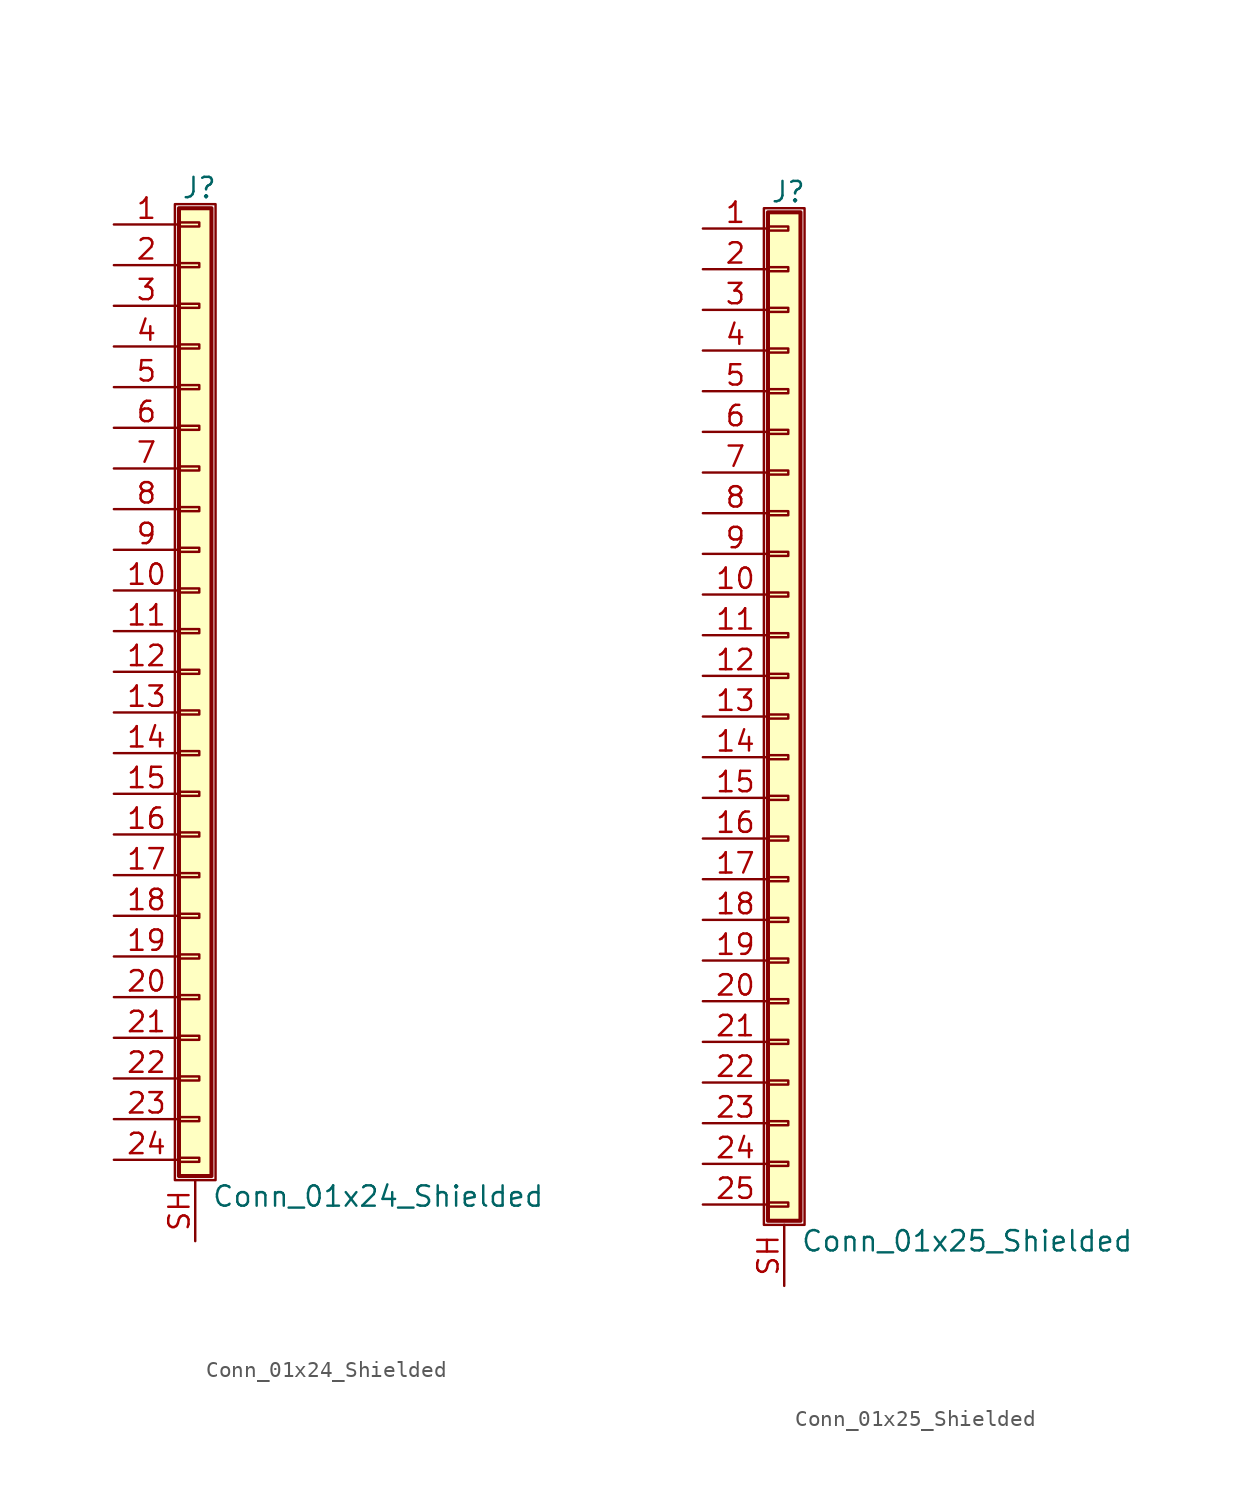
<source format=kicad_sym>
(kicad_symbol_lib
  (version 20220914)
  (generator kicad_symbol_editor)
  (symbol "Conn_01x24_Shielded"
    (pin_names
      (offset 1.016) hide)
    (property "Reference" "J"
      (at 0.254 30.226 0)
      (effects (font (size 1.27 1.27))))
    (property "Value" "Conn_01x24_Shielded"
      (at 1.016 -32.766 0)
      (effects (font (size 1.27 1.27)) (justify left)))
    (symbol "Conn_01x24_Shielded_1_1"
      (rectangle (start -1.27 29.21) (end 1.27 -31.75) (stroke (width 0.152) (type default)) (fill (type none)))
      (rectangle (start -1.016 -30.353) (end 0.254 -30.607) (stroke (width 0.152) (type default)) (fill (type none)))
      (rectangle (start -1.016 -27.813) (end 0.254 -28.067) (stroke (width 0.152) (type default)) (fill (type none)))
      (rectangle (start -1.016 -25.273) (end 0.254 -25.527) (stroke (width 0.152) (type default)) (fill (type none)))
      (rectangle (start -1.016 -22.733) (end 0.254 -22.987) (stroke (width 0.152) (type default)) (fill (type none)))
      (rectangle (start -1.016 -20.193) (end 0.254 -20.447) (stroke (width 0.152) (type default)) (fill (type none)))
      (rectangle (start -1.016 -17.653) (end 0.254 -17.907) (stroke (width 0.152) (type default)) (fill (type none)))
      (rectangle (start -1.016 -15.113) (end 0.254 -15.367) (stroke (width 0.152) (type default)) (fill (type none)))
      (rectangle (start -1.016 -12.573) (end 0.254 -12.827) (stroke (width 0.152) (type default)) (fill (type none)))
      (rectangle (start -1.016 -10.033) (end 0.254 -10.287) (stroke (width 0.152) (type default)) (fill (type none)))
      (rectangle (start -1.016 -7.493) (end 0.254 -7.747) (stroke (width 0.152) (type default)) (fill (type none)))
      (rectangle (start -1.016 -4.953) (end 0.254 -5.207) (stroke (width 0.152) (type default)) (fill (type none)))
      (rectangle (start -1.016 -2.413) (end 0.254 -2.667) (stroke (width 0.152) (type default)) (fill (type none)))
      (rectangle (start -1.016 0.127) (end 0.254 -0.127) (stroke (width 0.152) (type default)) (fill (type none)))
      (rectangle (start -1.016 2.667) (end 0.254 2.413) (stroke (width 0.152) (type default)) (fill (type none)))
      (rectangle (start -1.016 5.207) (end 0.254 4.953) (stroke (width 0.152) (type default)) (fill (type none)))
      (rectangle (start -1.016 7.747) (end 0.254 7.493) (stroke (width 0.152) (type default)) (fill (type none)))
      (rectangle (start -1.016 10.287) (end 0.254 10.033) (stroke (width 0.152) (type default)) (fill (type none)))
      (rectangle (start -1.016 12.827) (end 0.254 12.573) (stroke (width 0.152) (type default)) (fill (type none)))
      (rectangle (start -1.016 15.367) (end 0.254 15.113) (stroke (width 0.152) (type default)) (fill (type none)))
      (rectangle (start -1.016 17.907) (end 0.254 17.653) (stroke (width 0.152) (type default)) (fill (type none)))
      (rectangle (start -1.016 20.447) (end 0.254 20.193) (stroke (width 0.152) (type default)) (fill (type none)))
      (rectangle (start -1.016 22.987) (end 0.254 22.733) (stroke (width 0.152) (type default)) (fill (type none)))
      (rectangle (start -1.016 25.527) (end 0.254 25.273) (stroke (width 0.152) (type default)) (fill (type none)))
      (rectangle (start -1.016 28.067) (end 0.254 27.813) (stroke (width 0.152) (type default)) (fill (type none)))
      (rectangle (start -1.016 28.956) (end 1.016 -31.496) (stroke (width 0.254) (type default)) (fill (type background)))
      (pin passive line (at -5.08 27.94 0) (length 4.064) (name "Pin_1" (effects (font (size 1.27 1.27)))) (number "1" (effects (font (size 1.27 1.27)))))
      (pin passive line (at -5.08 5.08 0) (length 4.064) (name "Pin_10" (effects (font (size 1.27 1.27)))) (number "10" (effects (font (size 1.27 1.27)))))
      (pin passive line (at -5.08 2.54 0) (length 4.064) (name "Pin_11" (effects (font (size 1.27 1.27)))) (number "11" (effects (font (size 1.27 1.27)))))
      (pin passive line (at -5.08 0 0) (length 4.064) (name "Pin_12" (effects (font (size 1.27 1.27)))) (number "12" (effects (font (size 1.27 1.27)))))
      (pin passive line (at -5.08 -2.54 0) (length 4.064) (name "Pin_13" (effects (font (size 1.27 1.27)))) (number "13" (effects (font (size 1.27 1.27)))))
      (pin passive line (at -5.08 -5.08 0) (length 4.064) (name "Pin_14" (effects (font (size 1.27 1.27)))) (number "14" (effects (font (size 1.27 1.27)))))
      (pin passive line (at -5.08 -7.62 0) (length 4.064) (name "Pin_15" (effects (font (size 1.27 1.27)))) (number "15" (effects (font (size 1.27 1.27)))))
      (pin passive line (at -5.08 -10.16 0) (length 4.064) (name "Pin_16" (effects (font (size 1.27 1.27)))) (number "16" (effects (font (size 1.27 1.27)))))
      (pin passive line (at -5.08 -12.7 0) (length 4.064) (name "Pin_17" (effects (font (size 1.27 1.27)))) (number "17" (effects (font (size 1.27 1.27)))))
      (pin passive line (at -5.08 -15.24 0) (length 4.064) (name "Pin_18" (effects (font (size 1.27 1.27)))) (number "18" (effects (font (size 1.27 1.27)))))
      (pin passive line (at -5.08 -17.78 0) (length 4.064) (name "Pin_19" (effects (font (size 1.27 1.27)))) (number "19" (effects (font (size 1.27 1.27)))))
      (pin passive line (at -5.08 25.4 0) (length 4.064) (name "Pin_2" (effects (font (size 1.27 1.27)))) (number "2" (effects (font (size 1.27 1.27)))))
      (pin passive line (at -5.08 -20.32 0) (length 4.064) (name "Pin_20" (effects (font (size 1.27 1.27)))) (number "20" (effects (font (size 1.27 1.27)))))
      (pin passive line (at -5.08 -22.86 0) (length 4.064) (name "Pin_21" (effects (font (size 1.27 1.27)))) (number "21" (effects (font (size 1.27 1.27)))))
      (pin passive line (at -5.08 -25.4 0) (length 4.064) (name "Pin_22" (effects (font (size 1.27 1.27)))) (number "22" (effects (font (size 1.27 1.27)))))
      (pin passive line (at -5.08 -27.94 0) (length 4.064) (name "Pin_23" (effects (font (size 1.27 1.27)))) (number "23" (effects (font (size 1.27 1.27)))))
      (pin passive line (at -5.08 -30.48 0) (length 4.064) (name "Pin_24" (effects (font (size 1.27 1.27)))) (number "24" (effects (font (size 1.27 1.27)))))
      (pin passive line (at -5.08 22.86 0) (length 4.064) (name "Pin_3" (effects (font (size 1.27 1.27)))) (number "3" (effects (font (size 1.27 1.27)))))
      (pin passive line (at -5.08 20.32 0) (length 4.064) (name "Pin_4" (effects (font (size 1.27 1.27)))) (number "4" (effects (font (size 1.27 1.27)))))
      (pin passive line (at -5.08 17.78 0) (length 4.064) (name "Pin_5" (effects (font (size 1.27 1.27)))) (number "5" (effects (font (size 1.27 1.27)))))
      (pin passive line (at -5.08 15.24 0) (length 4.064) (name "Pin_6" (effects (font (size 1.27 1.27)))) (number "6" (effects (font (size 1.27 1.27)))))
      (pin passive line (at -5.08 12.7 0) (length 4.064) (name "Pin_7" (effects (font (size 1.27 1.27)))) (number "7" (effects (font (size 1.27 1.27)))))
      (pin passive line (at -5.08 10.16 0) (length 4.064) (name "Pin_8" (effects (font (size 1.27 1.27)))) (number "8" (effects (font (size 1.27 1.27)))))
      (pin passive line (at -5.08 7.62 0) (length 4.064) (name "Pin_9" (effects (font (size 1.27 1.27)))) (number "9" (effects (font (size 1.27 1.27)))))
      (pin passive line (at 0 -35.56 90) (length 3.81) (name "Shield" (effects (font (size 1.27 1.27)))) (number "SH" (effects (font (size 1.27 1.27)))))))
  (symbol "Conn_01x25_Shielded"
    (pin_names
      (offset 1.016) hide)
    (property "Reference" "J"
      (at 0.254 32.766 0)
      (effects (font (size 1.27 1.27))))
    (property "Value" "Conn_01x25_Shielded"
      (at 1.016 -32.766 0)
      (effects (font (size 1.27 1.27)) (justify left)))
    (symbol "Conn_01x25_Shielded_1_1"
      (rectangle (start -1.27 31.75) (end 1.27 -31.75) (stroke (width 0.152) (type default)) (fill (type none)))
      (rectangle (start -1.016 -30.353) (end 0.254 -30.607) (stroke (width 0.152) (type default)) (fill (type none)))
      (rectangle (start -1.016 -27.813) (end 0.254 -28.067) (stroke (width 0.152) (type default)) (fill (type none)))
      (rectangle (start -1.016 -25.273) (end 0.254 -25.527) (stroke (width 0.152) (type default)) (fill (type none)))
      (rectangle (start -1.016 -22.733) (end 0.254 -22.987) (stroke (width 0.152) (type default)) (fill (type none)))
      (rectangle (start -1.016 -20.193) (end 0.254 -20.447) (stroke (width 0.152) (type default)) (fill (type none)))
      (rectangle (start -1.016 -17.653) (end 0.254 -17.907) (stroke (width 0.152) (type default)) (fill (type none)))
      (rectangle (start -1.016 -15.113) (end 0.254 -15.367) (stroke (width 0.152) (type default)) (fill (type none)))
      (rectangle (start -1.016 -12.573) (end 0.254 -12.827) (stroke (width 0.152) (type default)) (fill (type none)))
      (rectangle (start -1.016 -10.033) (end 0.254 -10.287) (stroke (width 0.152) (type default)) (fill (type none)))
      (rectangle (start -1.016 -7.493) (end 0.254 -7.747) (stroke (width 0.152) (type default)) (fill (type none)))
      (rectangle (start -1.016 -4.953) (end 0.254 -5.207) (stroke (width 0.152) (type default)) (fill (type none)))
      (rectangle (start -1.016 -2.413) (end 0.254 -2.667) (stroke (width 0.152) (type default)) (fill (type none)))
      (rectangle (start -1.016 0.127) (end 0.254 -0.127) (stroke (width 0.152) (type default)) (fill (type none)))
      (rectangle (start -1.016 2.667) (end 0.254 2.413) (stroke (width 0.152) (type default)) (fill (type none)))
      (rectangle (start -1.016 5.207) (end 0.254 4.953) (stroke (width 0.152) (type default)) (fill (type none)))
      (rectangle (start -1.016 7.747) (end 0.254 7.493) (stroke (width 0.152) (type default)) (fill (type none)))
      (rectangle (start -1.016 10.287) (end 0.254 10.033) (stroke (width 0.152) (type default)) (fill (type none)))
      (rectangle (start -1.016 12.827) (end 0.254 12.573) (stroke (width 0.152) (type default)) (fill (type none)))
      (rectangle (start -1.016 15.367) (end 0.254 15.113) (stroke (width 0.152) (type default)) (fill (type none)))
      (rectangle (start -1.016 17.907) (end 0.254 17.653) (stroke (width 0.152) (type default)) (fill (type none)))
      (rectangle (start -1.016 20.447) (end 0.254 20.193) (stroke (width 0.152) (type default)) (fill (type none)))
      (rectangle (start -1.016 22.987) (end 0.254 22.733) (stroke (width 0.152) (type default)) (fill (type none)))
      (rectangle (start -1.016 25.527) (end 0.254 25.273) (stroke (width 0.152) (type default)) (fill (type none)))
      (rectangle (start -1.016 28.067) (end 0.254 27.813) (stroke (width 0.152) (type default)) (fill (type none)))
      (rectangle (start -1.016 30.607) (end 0.254 30.353) (stroke (width 0.152) (type default)) (fill (type none)))
      (rectangle (start -1.016 31.496) (end 1.016 -31.496) (stroke (width 0.254) (type default)) (fill (type background)))
      (pin passive line (at -5.08 30.48 0) (length 4.064) (name "Pin_1" (effects (font (size 1.27 1.27)))) (number "1" (effects (font (size 1.27 1.27)))))
      (pin passive line (at -5.08 7.62 0) (length 4.064) (name "Pin_10" (effects (font (size 1.27 1.27)))) (number "10" (effects (font (size 1.27 1.27)))))
      (pin passive line (at -5.08 5.08 0) (length 4.064) (name "Pin_11" (effects (font (size 1.27 1.27)))) (number "11" (effects (font (size 1.27 1.27)))))
      (pin passive line (at -5.08 2.54 0) (length 4.064) (name "Pin_12" (effects (font (size 1.27 1.27)))) (number "12" (effects (font (size 1.27 1.27)))))
      (pin passive line (at -5.08 0 0) (length 4.064) (name "Pin_13" (effects (font (size 1.27 1.27)))) (number "13" (effects (font (size 1.27 1.27)))))
      (pin passive line (at -5.08 -2.54 0) (length 4.064) (name "Pin_14" (effects (font (size 1.27 1.27)))) (number "14" (effects (font (size 1.27 1.27)))))
      (pin passive line (at -5.08 -5.08 0) (length 4.064) (name "Pin_15" (effects (font (size 1.27 1.27)))) (number "15" (effects (font (size 1.27 1.27)))))
      (pin passive line (at -5.08 -7.62 0) (length 4.064) (name "Pin_16" (effects (font (size 1.27 1.27)))) (number "16" (effects (font (size 1.27 1.27)))))
      (pin passive line (at -5.08 -10.16 0) (length 4.064) (name "Pin_17" (effects (font (size 1.27 1.27)))) (number "17" (effects (font (size 1.27 1.27)))))
      (pin passive line (at -5.08 -12.7 0) (length 4.064) (name "Pin_18" (effects (font (size 1.27 1.27)))) (number "18" (effects (font (size 1.27 1.27)))))
      (pin passive line (at -5.08 -15.24 0) (length 4.064) (name "Pin_19" (effects (font (size 1.27 1.27)))) (number "19" (effects (font (size 1.27 1.27)))))
      (pin passive line (at -5.08 27.94 0) (length 4.064) (name "Pin_2" (effects (font (size 1.27 1.27)))) (number "2" (effects (font (size 1.27 1.27)))))
      (pin passive line (at -5.08 -17.78 0) (length 4.064) (name "Pin_20" (effects (font (size 1.27 1.27)))) (number "20" (effects (font (size 1.27 1.27)))))
      (pin passive line (at -5.08 -20.32 0) (length 4.064) (name "Pin_21" (effects (font (size 1.27 1.27)))) (number "21" (effects (font (size 1.27 1.27)))))
      (pin passive line (at -5.08 -22.86 0) (length 4.064) (name "Pin_22" (effects (font (size 1.27 1.27)))) (number "22" (effects (font (size 1.27 1.27)))))
      (pin passive line (at -5.08 -25.4 0) (length 4.064) (name "Pin_23" (effects (font (size 1.27 1.27)))) (number "23" (effects (font (size 1.27 1.27)))))
      (pin passive line (at -5.08 -27.94 0) (length 4.064) (name "Pin_24" (effects (font (size 1.27 1.27)))) (number "24" (effects (font (size 1.27 1.27)))))
      (pin passive line (at -5.08 -30.48 0) (length 4.064) (name "Pin_25" (effects (font (size 1.27 1.27)))) (number "25" (effects (font (size 1.27 1.27)))))
      (pin passive line (at -5.08 25.4 0) (length 4.064) (name "Pin_3" (effects (font (size 1.27 1.27)))) (number "3" (effects (font (size 1.27 1.27)))))
      (pin passive line (at -5.08 22.86 0) (length 4.064) (name "Pin_4" (effects (font (size 1.27 1.27)))) (number "4" (effects (font (size 1.27 1.27)))))
      (pin passive line (at -5.08 20.32 0) (length 4.064) (name "Pin_5" (effects (font (size 1.27 1.27)))) (number "5" (effects (font (size 1.27 1.27)))))
      (pin passive line (at -5.08 17.78 0) (length 4.064) (name "Pin_6" (effects (font (size 1.27 1.27)))) (number "6" (effects (font (size 1.27 1.27)))))
      (pin passive line (at -5.08 15.24 0) (length 4.064) (name "Pin_7" (effects (font (size 1.27 1.27)))) (number "7" (effects (font (size 1.27 1.27)))))
      (pin passive line (at -5.08 12.7 0) (length 4.064) (name "Pin_8" (effects (font (size 1.27 1.27)))) (number "8" (effects (font (size 1.27 1.27)))))
      (pin passive line (at -5.08 10.16 0) (length 4.064) (name "Pin_9" (effects (font (size 1.27 1.27)))) (number "9" (effects (font (size 1.27 1.27)))))
      (pin passive line (at 0 -35.56 90) (length 3.81) (name "Shield" (effects (font (size 1.27 1.27)))) (number "SH" (effects (font (size 1.27 1.27))))))))
</source>
